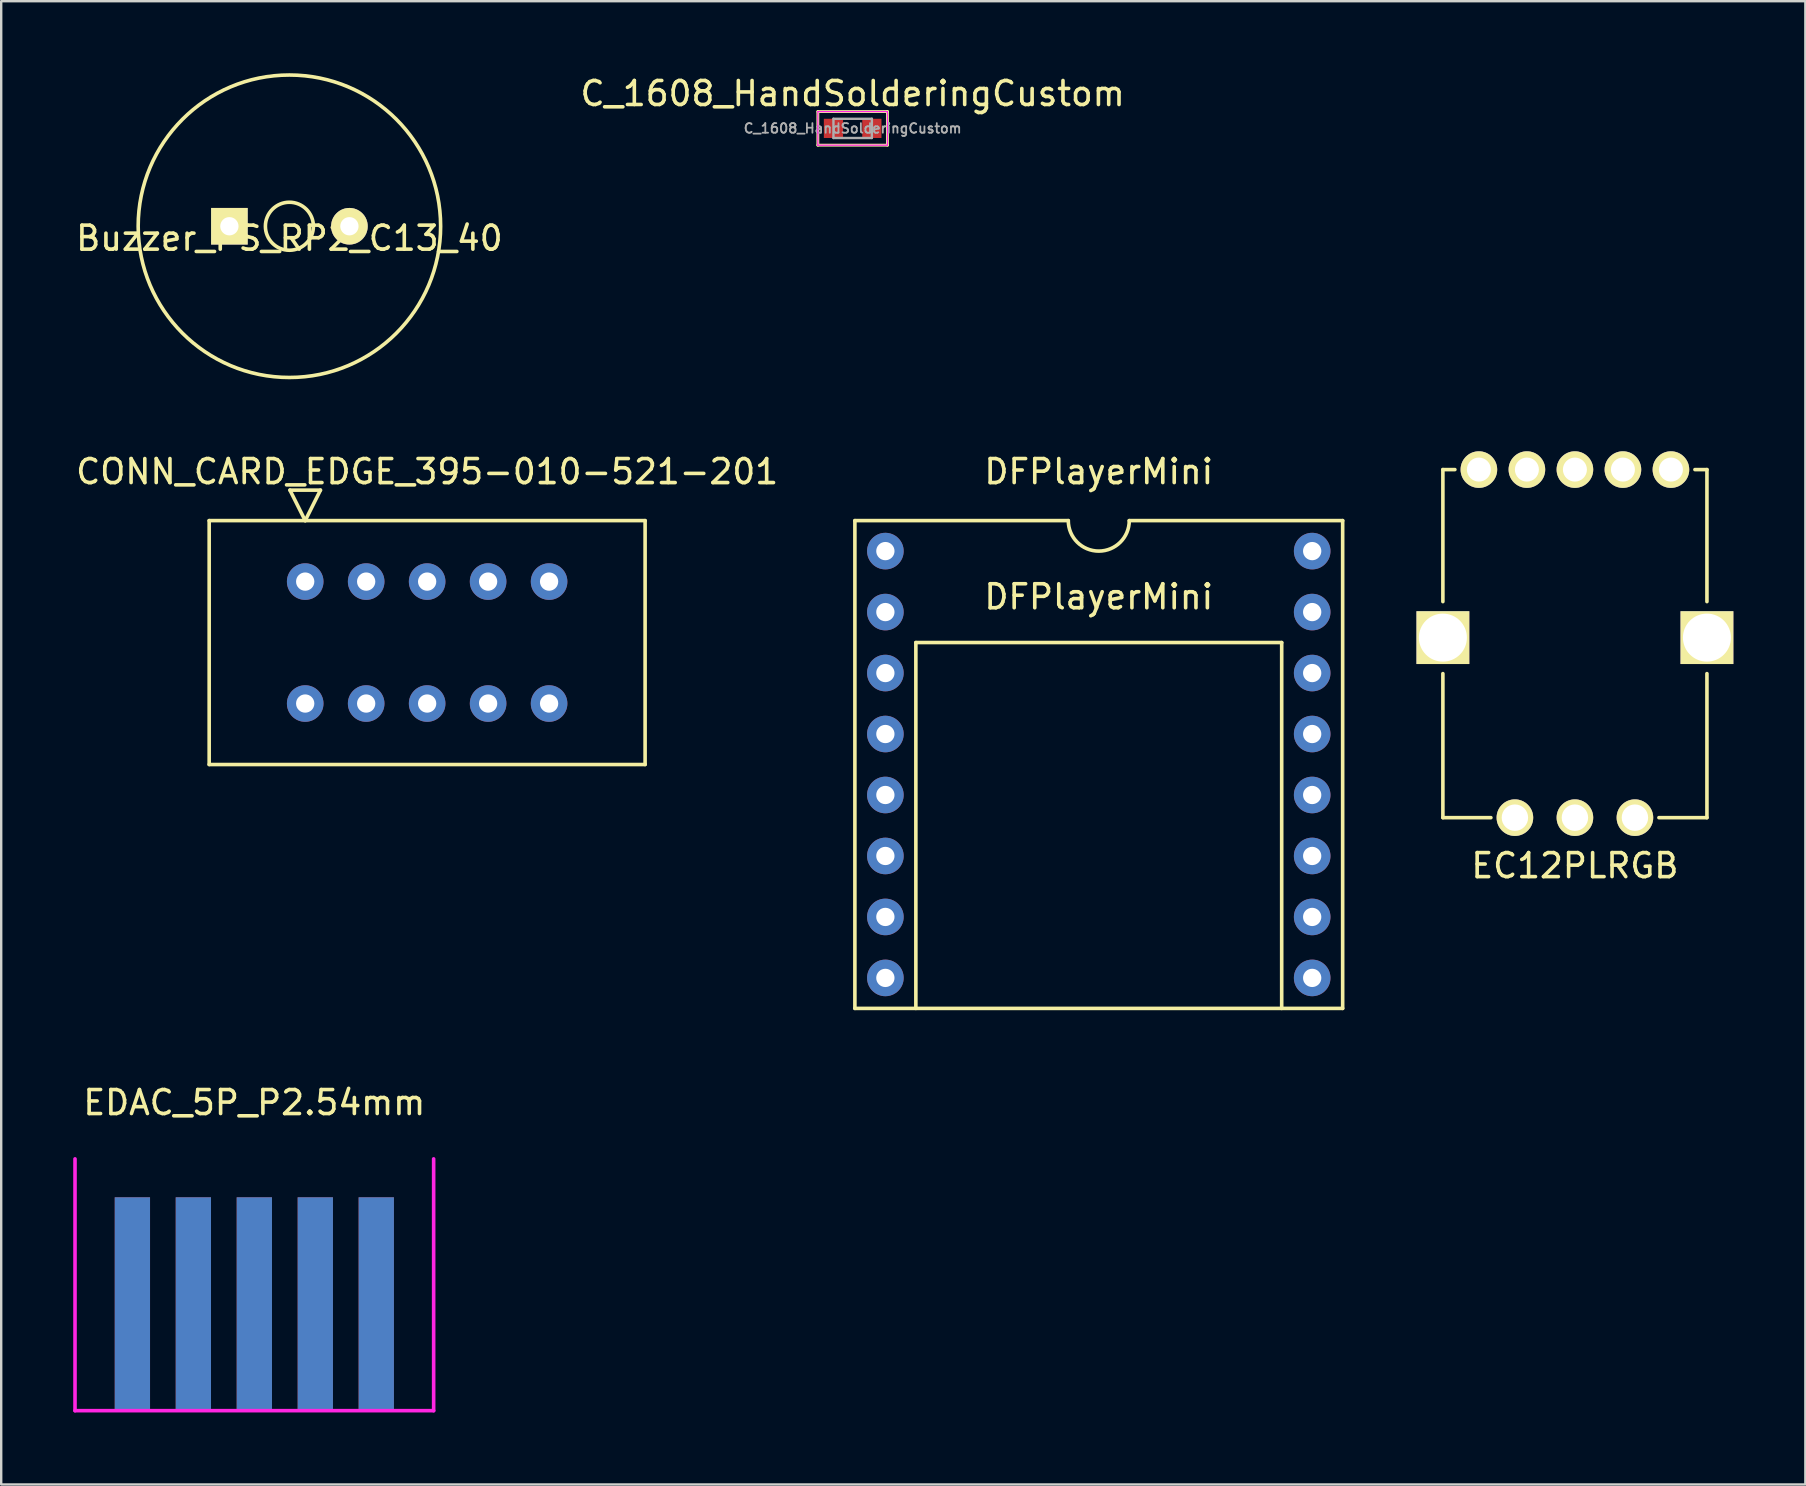
<source format=kicad_pcb>
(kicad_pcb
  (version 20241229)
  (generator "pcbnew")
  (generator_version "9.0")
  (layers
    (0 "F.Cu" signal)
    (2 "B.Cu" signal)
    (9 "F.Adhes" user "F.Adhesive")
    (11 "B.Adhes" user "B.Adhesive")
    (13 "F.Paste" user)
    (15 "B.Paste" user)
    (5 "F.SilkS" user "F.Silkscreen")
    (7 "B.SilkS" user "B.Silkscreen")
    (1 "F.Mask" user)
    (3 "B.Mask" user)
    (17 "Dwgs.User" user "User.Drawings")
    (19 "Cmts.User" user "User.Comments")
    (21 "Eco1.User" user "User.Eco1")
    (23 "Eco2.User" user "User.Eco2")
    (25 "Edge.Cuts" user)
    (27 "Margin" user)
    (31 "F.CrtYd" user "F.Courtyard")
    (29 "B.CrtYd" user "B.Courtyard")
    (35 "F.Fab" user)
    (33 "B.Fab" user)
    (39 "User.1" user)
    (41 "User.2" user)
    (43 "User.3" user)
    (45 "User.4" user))
  (footprint "Buzzer_PS_RP2_C13_40"
    (layer "F.Cu")
    (at 9.006 6.375)
    (property "Reference" "Buzzer_PS_RP2_C13_40" (at 0 0.5 0) (layer "F.SilkS") (effects (font (size 1 1) (thickness 0.15))))
    (attr through_hole)
    (fp_circle (center 0 0) (end 0 -6.3) (stroke (width 0.15) (type solid)) (fill no) (layer "F.SilkS"))
    (fp_circle (center 0 0) (end 0 -1) (stroke (width 0.15) (type solid)) (fill no) (layer "F.SilkS"))
    (pad "1" thru_hole rect (at -2.5 0) (size 1.524 1.524) (drill 0.762) (layers "*.Cu" "*.Mask" "F.SilkS"))
    (pad "2" thru_hole circle (at 2.5 0) (size 1.524 1.524) (drill 0.762) (layers "*.Cu" "*.Mask" "F.SilkS")))
  (footprint "CONN_CARD_EDGE_395-010-521-201"
    (layer "F.Cu")
    (at 14.744 23.718)
    (property "Reference" "CONN_CARD_EDGE_395-010-521-201" (at 0 -7.12 0) (layer "F.SilkS") (effects (font (size 1 1) (thickness 0.15))))
    (attr through_hole)
    (fp_line (start -9.08 -5.08) (end -9.08 5.08) (stroke (width 0.15) (type solid)) (layer "F.SilkS"))
    (fp_line (start -9.08 -5.08) (end 9.08 -5.08) (stroke (width 0.15) (type solid)) (layer "F.SilkS"))
    (fp_line (start -9.08 5.08) (end 9.08 5.08) (stroke (width 0.15) (type solid)) (layer "F.SilkS"))
    (fp_line (start -5.715 -6.35) (end -4.445 -6.35) (stroke (width 0.15) (type solid)) (layer "F.SilkS"))
    (fp_line (start -5.08 -5.08) (end -5.715 -6.35) (stroke (width 0.15) (type solid)) (layer "F.SilkS"))
    (fp_line (start -4.445 -6.35) (end -5.08 -5.08) (stroke (width 0.15) (type solid)) (layer "F.SilkS"))
    (fp_line (start 9.08 -5.08) (end 9.08 5.08) (stroke (width 0.15) (type solid)) (layer "F.SilkS"))
    (pad "1" thru_hole circle (at -5.08 -2.54) (size 1.524 1.524) (drill 0.762) (layers "*.Cu" "*.Mask"))
    (pad "1" thru_hole circle (at -5.08 2.54) (size 1.524 1.524) (drill 0.762) (layers "*.Cu" "*.Mask"))
    (pad "2" thru_hole circle (at -2.54 -2.54) (size 1.524 1.524) (drill 0.762) (layers "*.Cu" "*.Mask"))
    (pad "2" thru_hole circle (at -2.54 2.54) (size 1.524 1.524) (drill 0.762) (layers "*.Cu" "*.Mask"))
    (pad "3" thru_hole circle (at 0 -2.54) (size 1.524 1.524) (drill 0.762) (layers "*.Cu" "*.Mask"))
    (pad "3" thru_hole circle (at 0 2.54) (size 1.524 1.524) (drill 0.762) (layers "*.Cu" "*.Mask"))
    (pad "4" thru_hole circle (at 2.54 -2.54) (size 1.524 1.524) (drill 0.762) (layers "*.Cu" "*.Mask"))
    (pad "4" thru_hole circle (at 2.54 2.54) (size 1.524 1.524) (drill 0.762) (layers "*.Cu" "*.Mask"))
    (pad "5" thru_hole circle (at 5.08 -2.54) (size 1.524 1.524) (drill 0.762) (layers "*.Cu" "*.Mask"))
    (pad "5" thru_hole circle (at 5.08 2.54) (size 1.524 1.524) (drill 0.762) (layers "*.Cu" "*.Mask")))
  (footprint "EC12PLRGB"
    (layer "F.Cu")
    (at 62.558 23.512)
    (property "Reference" "EC12PLRGB" (at 0 9.5 0) (layer "F.SilkS") (effects (font (size 1 1) (thickness 0.15))))
    (attr through_hole)
    (fp_line (start -5.5 -7) (end -5 -7) (stroke (width 0.15) (type solid)) (layer "F.SilkS"))
    (fp_line (start -5.5 -1.5) (end -5.5 -7) (stroke (width 0.15) (type solid)) (layer "F.SilkS"))
    (fp_line (start -5.5 7.5) (end -5.5 1.5) (stroke (width 0.15) (type solid)) (layer "F.SilkS"))
    (fp_line (start -3.5 7.5) (end -5.5 7.5) (stroke (width 0.15) (type solid)) (layer "F.SilkS"))
    (fp_line (start 5 -7) (end 5.5 -7) (stroke (width 0.15) (type solid)) (layer "F.SilkS"))
    (fp_line (start 5.5 -7) (end 5.5 -1.5) (stroke (width 0.15) (type solid)) (layer "F.SilkS"))
    (fp_line (start 5.5 1.5) (end 5.5 7.5) (stroke (width 0.15) (type solid)) (layer "F.SilkS"))
    (fp_line (start 5.5 7.5) (end 3.5 7.5) (stroke (width 0.15) (type solid)) (layer "F.SilkS"))
    (pad "" thru_hole rect (at -5.5 0) (size 2.2 2.2) (drill 2) (layers "*.Cu" "*.Mask" "F.SilkS"))
    (pad "" thru_hole rect (at 5.5 0) (size 2.2 2.2) (drill 2) (layers "*.Cu" "*.Mask" "F.SilkS"))
    (pad "1" thru_hole circle (at -4 -7) (size 1.524 1.524) (drill 1) (layers "*.Cu" "*.Mask" "F.SilkS"))
    (pad "2" thru_hole circle (at -2 -7) (size 1.524 1.524) (drill 1) (layers "*.Cu" "*.Mask" "F.SilkS"))
    (pad "3" thru_hole circle (at 0 -7) (size 1.524 1.524) (drill 1) (layers "*.Cu" "*.Mask" "F.SilkS"))
    (pad "4" thru_hole circle (at 2 -7) (size 1.524 1.524) (drill 1) (layers "*.Cu" "*.Mask" "F.SilkS"))
    (pad "5" thru_hole circle (at 4 -7) (size 1.524 1.524) (drill 1) (layers "*.Cu" "*.Mask" "F.SilkS"))
    (pad "6" thru_hole circle (at 2.5 7.5) (size 1.524 1.524) (drill 1.1) (layers "*.Cu" "*.Mask" "F.SilkS"))
    (pad "7" thru_hole circle (at 0 7.5) (size 1.524 1.524) (drill 1.1) (layers "*.Cu" "*.Mask" "F.SilkS"))
    (pad "8" thru_hole circle (at -2.5 7.5) (size 1.524 1.524) (drill 1.1) (layers "*.Cu" "*.Mask" "F.SilkS")))
  (footprint "C_1608_HandSolderingCustom"
    (layer "F.Cu")
    (at 32.47 2.298)
    (property "Reference" "C_1608_HandSolderingCustom" (at 0 -1.45 0) (layer "F.SilkS") (effects (font (size 1 1) (thickness 0.15))))
    (attr smd)
    (fp_line (start -1.45 -0.7) (end -1.45 0.7) (stroke (width 0.12) (type solid)) (layer "F.SilkS"))
    (fp_line (start -1.45 -0.7) (end 1.45 -0.7) (stroke (width 0.12) (type solid)) (layer "F.SilkS"))
    (fp_line (start 1.45 -0.7) (end 1.45 0.7) (stroke (width 0.12) (type solid)) (layer "F.SilkS"))
    (fp_line (start 1.45 0.7) (end -1.45 0.7) (stroke (width 0.12) (type solid)) (layer "F.SilkS"))
    (fp_line (start -1.45 -0.7) (end -1.45 0.7) (stroke (width 0.05) (type solid)) (layer "F.CrtYd"))
    (fp_line (start -1.45 -0.7) (end 1.45 -0.7) (stroke (width 0.05) (type solid)) (layer "F.CrtYd"))
    (fp_line (start 1.45 0.7) (end -1.46 0.7) (stroke (width 0.05) (type solid)) (layer "F.CrtYd"))
    (fp_line (start 1.45 0.7) (end 1.45 -0.7) (stroke (width 0.05) (type solid)) (layer "F.CrtYd"))
    (fp_line (start -0.8 -0.4) (end 0.8 -0.4) (stroke (width 0.1) (type solid)) (layer "F.Fab"))
    (fp_line (start -0.8 0.4) (end -0.8 -0.4) (stroke (width 0.1) (type solid)) (layer "F.Fab"))
    (fp_line (start 0.8 -0.4) (end 0.8 0.4) (stroke (width 0.1) (type solid)) (layer "F.Fab"))
    (fp_line (start 0.8 0.4) (end -0.8 0.4) (stroke (width 0.1) (type solid)) (layer "F.Fab"))
    (fp_text user "${REFERENCE}" (at 0 0 0) (layer "F.Fab") (effects (font (size 0.4 0.4) (thickness 0.075))))
    (pad "1" smd rect (at -0.8 0) (size 0.8 0.8) (layers "F.Cu" "F.Mask" "F.Paste"))
    (pad "2" smd rect (at 0.8 0) (size 0.8 0.8) (layers "F.Cu" "F.Mask" "F.Paste")))
  (footprint "EDAC_5P_P2.54mm"
    (layer "F.Cu")
    (at 7.545 51.272)
    (property "Reference" "EDAC_5P_P2.54mm" (at 0 -8.39 0) (layer "F.SilkS") (effects (font (size 1 1) (thickness 0.15))))
    (attr through_hole)
    (fp_line (start -7.47 4.445) (end -7.47 -6.045) (stroke (width 0.15) (type solid)) (layer "F.CrtYd"))
    (fp_line (start -7.47 4.445) (end 7.47 4.445) (stroke (width 0.15) (type solid)) (layer "F.CrtYd"))
    (fp_line (start 7.47 4.445) (end 7.47 -6.045) (stroke (width 0.15) (type solid)) (layer "F.CrtYd"))
    (pad "1" smd rect (at -5.08 0) (size 1.47 8.89) (layers "F.Cu" "F.Mask" "F.Paste"))
    (pad "1" smd rect (at -5.08 0) (size 1.47 8.89) (layers "B.Cu" "B.Mask" "B.Paste"))
    (pad "2" smd rect (at -2.54 0) (size 1.47 8.89) (layers "F.Cu" "F.Mask" "F.Paste"))
    (pad "2" smd rect (at -2.54 0) (size 1.47 8.89) (layers "B.Cu" "B.Mask" "B.Paste"))
    (pad "3" smd rect (at 0 0) (size 1.47 8.89) (layers "F.Cu" "F.Mask" "F.Paste"))
    (pad "3" smd rect (at 0 0) (size 1.47 8.89) (layers "B.Cu" "B.Mask" "B.Paste"))
    (pad "4" smd rect (at 2.54 0) (size 1.47 8.89) (layers "F.Cu" "F.Mask" "F.Paste"))
    (pad "4" smd rect (at 2.54 0) (size 1.47 8.89) (layers "B.Cu" "B.Mask" "B.Paste"))
    (pad "5" smd rect (at 5.08 0) (size 1.47 8.89) (layers "F.Cu" "F.Mask" "F.Paste"))
    (pad "5" smd rect (at 5.08 0) (size 1.47 8.89) (layers "B.Cu" "B.Mask" "B.Paste")))
  (footprint "DFPlayerMini"
    (layer "F.Cu")
    (at 42.723 17.368)
    (property "Reference" "DFPlayerMini" (at 0 -0.77 0) (layer "F.SilkS") (effects (font (size 1 1) (thickness 0.15))))
    (attr through_hole)
    (fp_line (start -10.16 1.27) (end -10.16 21.59) (stroke (width 0.15) (type solid)) (layer "F.SilkS"))
    (fp_line (start -10.16 21.59) (end 10.16 21.59) (stroke (width 0.15) (type solid)) (layer "F.SilkS"))
    (fp_line (start -7.62 6.35) (end 7.62 6.35) (stroke (width 0.15) (type solid)) (layer "F.SilkS"))
    (fp_line (start -7.62 21.59) (end -7.62 6.35) (stroke (width 0.15) (type solid)) (layer "F.SilkS"))
    (fp_line (start -1.27 1.27) (end -10.16 1.27) (stroke (width 0.15) (type solid)) (layer "F.SilkS"))
    (fp_line (start 7.62 6.35) (end 7.62 21.59) (stroke (width 0.15) (type solid)) (layer "F.SilkS"))
    (fp_line (start 10.16 1.27) (end 1.27 1.27) (stroke (width 0.15) (type solid)) (layer "F.SilkS"))
    (fp_line (start 10.16 21.59) (end 10.16 1.27) (stroke (width 0.15) (type solid)) (layer "F.SilkS"))
    (fp_arc (start 1.27 1.27) (mid 0 2.54) (end -1.27 1.27) (stroke (width 0.15) (type solid)) (layer "F.SilkS"))
    (fp_text user "DFPlayerMini" (at 0 4.445 0) (layer "F.SilkS") (effects (font (size 1 1) (thickness 0.15))))
    (pad "1" thru_hole circle (at -8.89 2.54) (size 1.524 1.524) (drill 0.762) (layers "*.Cu" "*.Mask"))
    (pad "2" thru_hole circle (at -8.89 5.08) (size 1.524 1.524) (drill 0.762) (layers "*.Cu" "*.Mask"))
    (pad "3" thru_hole circle (at -8.89 7.62) (size 1.524 1.524) (drill 0.762) (layers "*.Cu" "*.Mask"))
    (pad "4" thru_hole circle (at -8.89 10.16) (size 1.524 1.524) (drill 0.762) (layers "*.Cu" "*.Mask"))
    (pad "5" thru_hole circle (at -8.89 12.7) (size 1.524 1.524) (drill 0.762) (layers "*.Cu" "*.Mask"))
    (pad "6" thru_hole circle (at -8.89 15.24) (size 1.524 1.524) (drill 0.762) (layers "*.Cu" "*.Mask"))
    (pad "7" thru_hole circle (at -8.89 17.78) (size 1.524 1.524) (drill 0.762) (layers "*.Cu" "*.Mask"))
    (pad "8" thru_hole circle (at -8.89 20.32) (size 1.524 1.524) (drill 0.762) (layers "*.Cu" "*.Mask"))
    (pad "9" thru_hole circle (at 8.89 20.32) (size 1.524 1.524) (drill 0.762) (layers "*.Cu" "*.Mask"))
    (pad "10" thru_hole circle (at 8.89 17.78) (size 1.524 1.524) (drill 0.762) (layers "*.Cu" "*.Mask"))
    (pad "11" thru_hole circle (at 8.89 15.24) (size 1.524 1.524) (drill 0.762) (layers "*.Cu" "*.Mask"))
    (pad "12" thru_hole circle (at 8.89 12.7) (size 1.524 1.524) (drill 0.762) (layers "*.Cu" "*.Mask"))
    (pad "13" thru_hole circle (at 8.89 10.16) (size 1.524 1.524) (drill 0.762) (layers "*.Cu" "*.Mask"))
    (pad "14" thru_hole circle (at 8.89 7.62) (size 1.524 1.524) (drill 0.762) (layers "*.Cu" "*.Mask"))
    (pad "15" thru_hole circle (at 8.89 5.08) (size 1.524 1.524) (drill 0.762) (layers "*.Cu" "*.Mask"))
    (pad "16" thru_hole circle (at 8.89 2.54) (size 1.524 1.524) (drill 0.762) (layers "*.Cu" "*.Mask")))
  (gr_rect
    (start -3 -3)
    (end 72.158 58.791)
    (stroke (width 0.1) (type default))
    (fill no)
    (layer "Edge.Cuts")))
</source>
